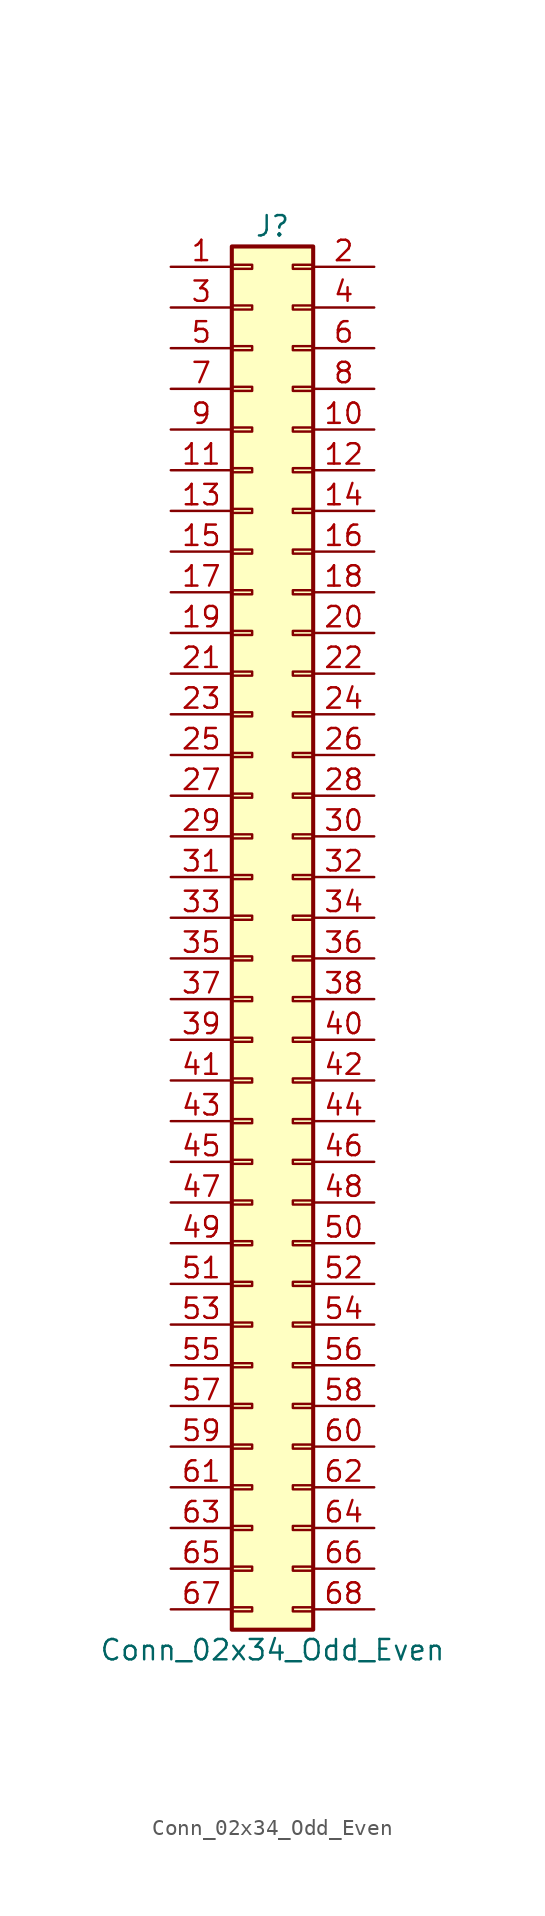
<source format=kicad_sym>
(kicad_symbol_lib
  (version 20220914)
  (generator kicad_symbol_editor)
  (symbol "Conn_02x34_Odd_Even"
    (pin_names
      (offset 1.016) hide)
    (property "Reference" "J"
      (at 1.27 43.18 0)
      (effects (font (size 1.27 1.27))))
    (property "Value" "Conn_02x34_Odd_Even"
      (at 1.27 -45.72 0)
      (effects (font (size 1.27 1.27))))
    (symbol "Conn_02x34_Odd_Even_1_1"
      (rectangle (start -1.27 -43.053) (end 0 -43.307) (stroke (width 0.152) (type default)) (fill (type none)))
      (rectangle (start -1.27 -40.513) (end 0 -40.767) (stroke (width 0.152) (type default)) (fill (type none)))
      (rectangle (start -1.27 -37.973) (end 0 -38.227) (stroke (width 0.152) (type default)) (fill (type none)))
      (rectangle (start -1.27 -35.433) (end 0 -35.687) (stroke (width 0.152) (type default)) (fill (type none)))
      (rectangle (start -1.27 -32.893) (end 0 -33.147) (stroke (width 0.152) (type default)) (fill (type none)))
      (rectangle (start -1.27 -30.353) (end 0 -30.607) (stroke (width 0.152) (type default)) (fill (type none)))
      (rectangle (start -1.27 -27.813) (end 0 -28.067) (stroke (width 0.152) (type default)) (fill (type none)))
      (rectangle (start -1.27 -25.273) (end 0 -25.527) (stroke (width 0.152) (type default)) (fill (type none)))
      (rectangle (start -1.27 -22.733) (end 0 -22.987) (stroke (width 0.152) (type default)) (fill (type none)))
      (rectangle (start -1.27 -20.193) (end 0 -20.447) (stroke (width 0.152) (type default)) (fill (type none)))
      (rectangle (start -1.27 -17.653) (end 0 -17.907) (stroke (width 0.152) (type default)) (fill (type none)))
      (rectangle (start -1.27 -15.113) (end 0 -15.367) (stroke (width 0.152) (type default)) (fill (type none)))
      (rectangle (start -1.27 -12.573) (end 0 -12.827) (stroke (width 0.152) (type default)) (fill (type none)))
      (rectangle (start -1.27 -10.033) (end 0 -10.287) (stroke (width 0.152) (type default)) (fill (type none)))
      (rectangle (start -1.27 -7.493) (end 0 -7.747) (stroke (width 0.152) (type default)) (fill (type none)))
      (rectangle (start -1.27 -4.953) (end 0 -5.207) (stroke (width 0.152) (type default)) (fill (type none)))
      (rectangle (start -1.27 -2.413) (end 0 -2.667) (stroke (width 0.152) (type default)) (fill (type none)))
      (rectangle (start -1.27 0.127) (end 0 -0.127) (stroke (width 0.152) (type default)) (fill (type none)))
      (rectangle (start -1.27 2.667) (end 0 2.413) (stroke (width 0.152) (type default)) (fill (type none)))
      (rectangle (start -1.27 5.207) (end 0 4.953) (stroke (width 0.152) (type default)) (fill (type none)))
      (rectangle (start -1.27 7.747) (end 0 7.493) (stroke (width 0.152) (type default)) (fill (type none)))
      (rectangle (start -1.27 10.287) (end 0 10.033) (stroke (width 0.152) (type default)) (fill (type none)))
      (rectangle (start -1.27 12.827) (end 0 12.573) (stroke (width 0.152) (type default)) (fill (type none)))
      (rectangle (start -1.27 15.367) (end 0 15.113) (stroke (width 0.152) (type default)) (fill (type none)))
      (rectangle (start -1.27 17.907) (end 0 17.653) (stroke (width 0.152) (type default)) (fill (type none)))
      (rectangle (start -1.27 20.447) (end 0 20.193) (stroke (width 0.152) (type default)) (fill (type none)))
      (rectangle (start -1.27 22.987) (end 0 22.733) (stroke (width 0.152) (type default)) (fill (type none)))
      (rectangle (start -1.27 25.527) (end 0 25.273) (stroke (width 0.152) (type default)) (fill (type none)))
      (rectangle (start -1.27 28.067) (end 0 27.813) (stroke (width 0.152) (type default)) (fill (type none)))
      (rectangle (start -1.27 30.607) (end 0 30.353) (stroke (width 0.152) (type default)) (fill (type none)))
      (rectangle (start -1.27 33.147) (end 0 32.893) (stroke (width 0.152) (type default)) (fill (type none)))
      (rectangle (start -1.27 35.687) (end 0 35.433) (stroke (width 0.152) (type default)) (fill (type none)))
      (rectangle (start -1.27 38.227) (end 0 37.973) (stroke (width 0.152) (type default)) (fill (type none)))
      (rectangle (start -1.27 40.767) (end 0 40.513) (stroke (width 0.152) (type default)) (fill (type none)))
      (rectangle (start -1.27 41.91) (end 3.81 -44.45) (stroke (width 0.254) (type default)) (fill (type background)))
      (rectangle (start 3.81 -43.053) (end 2.54 -43.307) (stroke (width 0.152) (type default)) (fill (type none)))
      (rectangle (start 3.81 -40.513) (end 2.54 -40.767) (stroke (width 0.152) (type default)) (fill (type none)))
      (rectangle (start 3.81 -37.973) (end 2.54 -38.227) (stroke (width 0.152) (type default)) (fill (type none)))
      (rectangle (start 3.81 -35.433) (end 2.54 -35.687) (stroke (width 0.152) (type default)) (fill (type none)))
      (rectangle (start 3.81 -32.893) (end 2.54 -33.147) (stroke (width 0.152) (type default)) (fill (type none)))
      (rectangle (start 3.81 -30.353) (end 2.54 -30.607) (stroke (width 0.152) (type default)) (fill (type none)))
      (rectangle (start 3.81 -27.813) (end 2.54 -28.067) (stroke (width 0.152) (type default)) (fill (type none)))
      (rectangle (start 3.81 -25.273) (end 2.54 -25.527) (stroke (width 0.152) (type default)) (fill (type none)))
      (rectangle (start 3.81 -22.733) (end 2.54 -22.987) (stroke (width 0.152) (type default)) (fill (type none)))
      (rectangle (start 3.81 -20.193) (end 2.54 -20.447) (stroke (width 0.152) (type default)) (fill (type none)))
      (rectangle (start 3.81 -17.653) (end 2.54 -17.907) (stroke (width 0.152) (type default)) (fill (type none)))
      (rectangle (start 3.81 -15.113) (end 2.54 -15.367) (stroke (width 0.152) (type default)) (fill (type none)))
      (rectangle (start 3.81 -12.573) (end 2.54 -12.827) (stroke (width 0.152) (type default)) (fill (type none)))
      (rectangle (start 3.81 -10.033) (end 2.54 -10.287) (stroke (width 0.152) (type default)) (fill (type none)))
      (rectangle (start 3.81 -7.493) (end 2.54 -7.747) (stroke (width 0.152) (type default)) (fill (type none)))
      (rectangle (start 3.81 -4.953) (end 2.54 -5.207) (stroke (width 0.152) (type default)) (fill (type none)))
      (rectangle (start 3.81 -2.413) (end 2.54 -2.667) (stroke (width 0.152) (type default)) (fill (type none)))
      (rectangle (start 3.81 0.127) (end 2.54 -0.127) (stroke (width 0.152) (type default)) (fill (type none)))
      (rectangle (start 3.81 2.667) (end 2.54 2.413) (stroke (width 0.152) (type default)) (fill (type none)))
      (rectangle (start 3.81 5.207) (end 2.54 4.953) (stroke (width 0.152) (type default)) (fill (type none)))
      (rectangle (start 3.81 7.747) (end 2.54 7.493) (stroke (width 0.152) (type default)) (fill (type none)))
      (rectangle (start 3.81 10.287) (end 2.54 10.033) (stroke (width 0.152) (type default)) (fill (type none)))
      (rectangle (start 3.81 12.827) (end 2.54 12.573) (stroke (width 0.152) (type default)) (fill (type none)))
      (rectangle (start 3.81 15.367) (end 2.54 15.113) (stroke (width 0.152) (type default)) (fill (type none)))
      (rectangle (start 3.81 17.907) (end 2.54 17.653) (stroke (width 0.152) (type default)) (fill (type none)))
      (rectangle (start 3.81 20.447) (end 2.54 20.193) (stroke (width 0.152) (type default)) (fill (type none)))
      (rectangle (start 3.81 22.987) (end 2.54 22.733) (stroke (width 0.152) (type default)) (fill (type none)))
      (rectangle (start 3.81 25.527) (end 2.54 25.273) (stroke (width 0.152) (type default)) (fill (type none)))
      (rectangle (start 3.81 28.067) (end 2.54 27.813) (stroke (width 0.152) (type default)) (fill (type none)))
      (rectangle (start 3.81 30.607) (end 2.54 30.353) (stroke (width 0.152) (type default)) (fill (type none)))
      (rectangle (start 3.81 33.147) (end 2.54 32.893) (stroke (width 0.152) (type default)) (fill (type none)))
      (rectangle (start 3.81 35.687) (end 2.54 35.433) (stroke (width 0.152) (type default)) (fill (type none)))
      (rectangle (start 3.81 38.227) (end 2.54 37.973) (stroke (width 0.152) (type default)) (fill (type none)))
      (rectangle (start 3.81 40.767) (end 2.54 40.513) (stroke (width 0.152) (type default)) (fill (type none)))
      (pin passive line (at -5.08 40.64 0) (length 3.81) (name "Pin_1" (effects (font (size 1.27 1.27)))) (number "1" (effects (font (size 1.27 1.27)))))
      (pin passive line (at 7.62 30.48 180) (length 3.81) (name "Pin_10" (effects (font (size 1.27 1.27)))) (number "10" (effects (font (size 1.27 1.27)))))
      (pin passive line (at -5.08 27.94 0) (length 3.81) (name "Pin_11" (effects (font (size 1.27 1.27)))) (number "11" (effects (font (size 1.27 1.27)))))
      (pin passive line (at 7.62 27.94 180) (length 3.81) (name "Pin_12" (effects (font (size 1.27 1.27)))) (number "12" (effects (font (size 1.27 1.27)))))
      (pin passive line (at -5.08 25.4 0) (length 3.81) (name "Pin_13" (effects (font (size 1.27 1.27)))) (number "13" (effects (font (size 1.27 1.27)))))
      (pin passive line (at 7.62 25.4 180) (length 3.81) (name "Pin_14" (effects (font (size 1.27 1.27)))) (number "14" (effects (font (size 1.27 1.27)))))
      (pin passive line (at -5.08 22.86 0) (length 3.81) (name "Pin_15" (effects (font (size 1.27 1.27)))) (number "15" (effects (font (size 1.27 1.27)))))
      (pin passive line (at 7.62 22.86 180) (length 3.81) (name "Pin_16" (effects (font (size 1.27 1.27)))) (number "16" (effects (font (size 1.27 1.27)))))
      (pin passive line (at -5.08 20.32 0) (length 3.81) (name "Pin_17" (effects (font (size 1.27 1.27)))) (number "17" (effects (font (size 1.27 1.27)))))
      (pin passive line (at 7.62 20.32 180) (length 3.81) (name "Pin_18" (effects (font (size 1.27 1.27)))) (number "18" (effects (font (size 1.27 1.27)))))
      (pin passive line (at -5.08 17.78 0) (length 3.81) (name "Pin_19" (effects (font (size 1.27 1.27)))) (number "19" (effects (font (size 1.27 1.27)))))
      (pin passive line (at 7.62 40.64 180) (length 3.81) (name "Pin_2" (effects (font (size 1.27 1.27)))) (number "2" (effects (font (size 1.27 1.27)))))
      (pin passive line (at 7.62 17.78 180) (length 3.81) (name "Pin_20" (effects (font (size 1.27 1.27)))) (number "20" (effects (font (size 1.27 1.27)))))
      (pin passive line (at -5.08 15.24 0) (length 3.81) (name "Pin_21" (effects (font (size 1.27 1.27)))) (number "21" (effects (font (size 1.27 1.27)))))
      (pin passive line (at 7.62 15.24 180) (length 3.81) (name "Pin_22" (effects (font (size 1.27 1.27)))) (number "22" (effects (font (size 1.27 1.27)))))
      (pin passive line (at -5.08 12.7 0) (length 3.81) (name "Pin_23" (effects (font (size 1.27 1.27)))) (number "23" (effects (font (size 1.27 1.27)))))
      (pin passive line (at 7.62 12.7 180) (length 3.81) (name "Pin_24" (effects (font (size 1.27 1.27)))) (number "24" (effects (font (size 1.27 1.27)))))
      (pin passive line (at -5.08 10.16 0) (length 3.81) (name "Pin_25" (effects (font (size 1.27 1.27)))) (number "25" (effects (font (size 1.27 1.27)))))
      (pin passive line (at 7.62 10.16 180) (length 3.81) (name "Pin_26" (effects (font (size 1.27 1.27)))) (number "26" (effects (font (size 1.27 1.27)))))
      (pin passive line (at -5.08 7.62 0) (length 3.81) (name "Pin_27" (effects (font (size 1.27 1.27)))) (number "27" (effects (font (size 1.27 1.27)))))
      (pin passive line (at 7.62 7.62 180) (length 3.81) (name "Pin_28" (effects (font (size 1.27 1.27)))) (number "28" (effects (font (size 1.27 1.27)))))
      (pin passive line (at -5.08 5.08 0) (length 3.81) (name "Pin_29" (effects (font (size 1.27 1.27)))) (number "29" (effects (font (size 1.27 1.27)))))
      (pin passive line (at -5.08 38.1 0) (length 3.81) (name "Pin_3" (effects (font (size 1.27 1.27)))) (number "3" (effects (font (size 1.27 1.27)))))
      (pin passive line (at 7.62 5.08 180) (length 3.81) (name "Pin_30" (effects (font (size 1.27 1.27)))) (number "30" (effects (font (size 1.27 1.27)))))
      (pin passive line (at -5.08 2.54 0) (length 3.81) (name "Pin_31" (effects (font (size 1.27 1.27)))) (number "31" (effects (font (size 1.27 1.27)))))
      (pin passive line (at 7.62 2.54 180) (length 3.81) (name "Pin_32" (effects (font (size 1.27 1.27)))) (number "32" (effects (font (size 1.27 1.27)))))
      (pin passive line (at -5.08 0 0) (length 3.81) (name "Pin_33" (effects (font (size 1.27 1.27)))) (number "33" (effects (font (size 1.27 1.27)))))
      (pin passive line (at 7.62 0 180) (length 3.81) (name "Pin_34" (effects (font (size 1.27 1.27)))) (number "34" (effects (font (size 1.27 1.27)))))
      (pin passive line (at -5.08 -2.54 0) (length 3.81) (name "Pin_35" (effects (font (size 1.27 1.27)))) (number "35" (effects (font (size 1.27 1.27)))))
      (pin passive line (at 7.62 -2.54 180) (length 3.81) (name "Pin_36" (effects (font (size 1.27 1.27)))) (number "36" (effects (font (size 1.27 1.27)))))
      (pin passive line (at -5.08 -5.08 0) (length 3.81) (name "Pin_37" (effects (font (size 1.27 1.27)))) (number "37" (effects (font (size 1.27 1.27)))))
      (pin passive line (at 7.62 -5.08 180) (length 3.81) (name "Pin_38" (effects (font (size 1.27 1.27)))) (number "38" (effects (font (size 1.27 1.27)))))
      (pin passive line (at -5.08 -7.62 0) (length 3.81) (name "Pin_39" (effects (font (size 1.27 1.27)))) (number "39" (effects (font (size 1.27 1.27)))))
      (pin passive line (at 7.62 38.1 180) (length 3.81) (name "Pin_4" (effects (font (size 1.27 1.27)))) (number "4" (effects (font (size 1.27 1.27)))))
      (pin passive line (at 7.62 -7.62 180) (length 3.81) (name "Pin_40" (effects (font (size 1.27 1.27)))) (number "40" (effects (font (size 1.27 1.27)))))
      (pin passive line (at -5.08 -10.16 0) (length 3.81) (name "Pin_41" (effects (font (size 1.27 1.27)))) (number "41" (effects (font (size 1.27 1.27)))))
      (pin passive line (at 7.62 -10.16 180) (length 3.81) (name "Pin_42" (effects (font (size 1.27 1.27)))) (number "42" (effects (font (size 1.27 1.27)))))
      (pin passive line (at -5.08 -12.7 0) (length 3.81) (name "Pin_43" (effects (font (size 1.27 1.27)))) (number "43" (effects (font (size 1.27 1.27)))))
      (pin passive line (at 7.62 -12.7 180) (length 3.81) (name "Pin_44" (effects (font (size 1.27 1.27)))) (number "44" (effects (font (size 1.27 1.27)))))
      (pin passive line (at -5.08 -15.24 0) (length 3.81) (name "Pin_45" (effects (font (size 1.27 1.27)))) (number "45" (effects (font (size 1.27 1.27)))))
      (pin passive line (at 7.62 -15.24 180) (length 3.81) (name "Pin_46" (effects (font (size 1.27 1.27)))) (number "46" (effects (font (size 1.27 1.27)))))
      (pin passive line (at -5.08 -17.78 0) (length 3.81) (name "Pin_47" (effects (font (size 1.27 1.27)))) (number "47" (effects (font (size 1.27 1.27)))))
      (pin passive line (at 7.62 -17.78 180) (length 3.81) (name "Pin_48" (effects (font (size 1.27 1.27)))) (number "48" (effects (font (size 1.27 1.27)))))
      (pin passive line (at -5.08 -20.32 0) (length 3.81) (name "Pin_49" (effects (font (size 1.27 1.27)))) (number "49" (effects (font (size 1.27 1.27)))))
      (pin passive line (at -5.08 35.56 0) (length 3.81) (name "Pin_5" (effects (font (size 1.27 1.27)))) (number "5" (effects (font (size 1.27 1.27)))))
      (pin passive line (at 7.62 -20.32 180) (length 3.81) (name "Pin_50" (effects (font (size 1.27 1.27)))) (number "50" (effects (font (size 1.27 1.27)))))
      (pin passive line (at -5.08 -22.86 0) (length 3.81) (name "Pin_51" (effects (font (size 1.27 1.27)))) (number "51" (effects (font (size 1.27 1.27)))))
      (pin passive line (at 7.62 -22.86 180) (length 3.81) (name "Pin_52" (effects (font (size 1.27 1.27)))) (number "52" (effects (font (size 1.27 1.27)))))
      (pin passive line (at -5.08 -25.4 0) (length 3.81) (name "Pin_53" (effects (font (size 1.27 1.27)))) (number "53" (effects (font (size 1.27 1.27)))))
      (pin passive line (at 7.62 -25.4 180) (length 3.81) (name "Pin_54" (effects (font (size 1.27 1.27)))) (number "54" (effects (font (size 1.27 1.27)))))
      (pin passive line (at -5.08 -27.94 0) (length 3.81) (name "Pin_55" (effects (font (size 1.27 1.27)))) (number "55" (effects (font (size 1.27 1.27)))))
      (pin passive line (at 7.62 -27.94 180) (length 3.81) (name "Pin_56" (effects (font (size 1.27 1.27)))) (number "56" (effects (font (size 1.27 1.27)))))
      (pin passive line (at -5.08 -30.48 0) (length 3.81) (name "Pin_57" (effects (font (size 1.27 1.27)))) (number "57" (effects (font (size 1.27 1.27)))))
      (pin passive line (at 7.62 -30.48 180) (length 3.81) (name "Pin_58" (effects (font (size 1.27 1.27)))) (number "58" (effects (font (size 1.27 1.27)))))
      (pin passive line (at -5.08 -33.02 0) (length 3.81) (name "Pin_59" (effects (font (size 1.27 1.27)))) (number "59" (effects (font (size 1.27 1.27)))))
      (pin passive line (at 7.62 35.56 180) (length 3.81) (name "Pin_6" (effects (font (size 1.27 1.27)))) (number "6" (effects (font (size 1.27 1.27)))))
      (pin passive line (at 7.62 -33.02 180) (length 3.81) (name "Pin_60" (effects (font (size 1.27 1.27)))) (number "60" (effects (font (size 1.27 1.27)))))
      (pin passive line (at -5.08 -35.56 0) (length 3.81) (name "Pin_61" (effects (font (size 1.27 1.27)))) (number "61" (effects (font (size 1.27 1.27)))))
      (pin passive line (at 7.62 -35.56 180) (length 3.81) (name "Pin_62" (effects (font (size 1.27 1.27)))) (number "62" (effects (font (size 1.27 1.27)))))
      (pin passive line (at -5.08 -38.1 0) (length 3.81) (name "Pin_63" (effects (font (size 1.27 1.27)))) (number "63" (effects (font (size 1.27 1.27)))))
      (pin passive line (at 7.62 -38.1 180) (length 3.81) (name "Pin_64" (effects (font (size 1.27 1.27)))) (number "64" (effects (font (size 1.27 1.27)))))
      (pin passive line (at -5.08 -40.64 0) (length 3.81) (name "Pin_65" (effects (font (size 1.27 1.27)))) (number "65" (effects (font (size 1.27 1.27)))))
      (pin passive line (at 7.62 -40.64 180) (length 3.81) (name "Pin_66" (effects (font (size 1.27 1.27)))) (number "66" (effects (font (size 1.27 1.27)))))
      (pin passive line (at -5.08 -43.18 0) (length 3.81) (name "Pin_67" (effects (font (size 1.27 1.27)))) (number "67" (effects (font (size 1.27 1.27)))))
      (pin passive line (at 7.62 -43.18 180) (length 3.81) (name "Pin_68" (effects (font (size 1.27 1.27)))) (number "68" (effects (font (size 1.27 1.27)))))
      (pin passive line (at -5.08 33.02 0) (length 3.81) (name "Pin_7" (effects (font (size 1.27 1.27)))) (number "7" (effects (font (size 1.27 1.27)))))
      (pin passive line (at 7.62 33.02 180) (length 3.81) (name "Pin_8" (effects (font (size 1.27 1.27)))) (number "8" (effects (font (size 1.27 1.27)))))
      (pin passive line (at -5.08 30.48 0) (length 3.81) (name "Pin_9" (effects (font (size 1.27 1.27)))) (number "9" (effects (font (size 1.27 1.27))))))))
</source>
